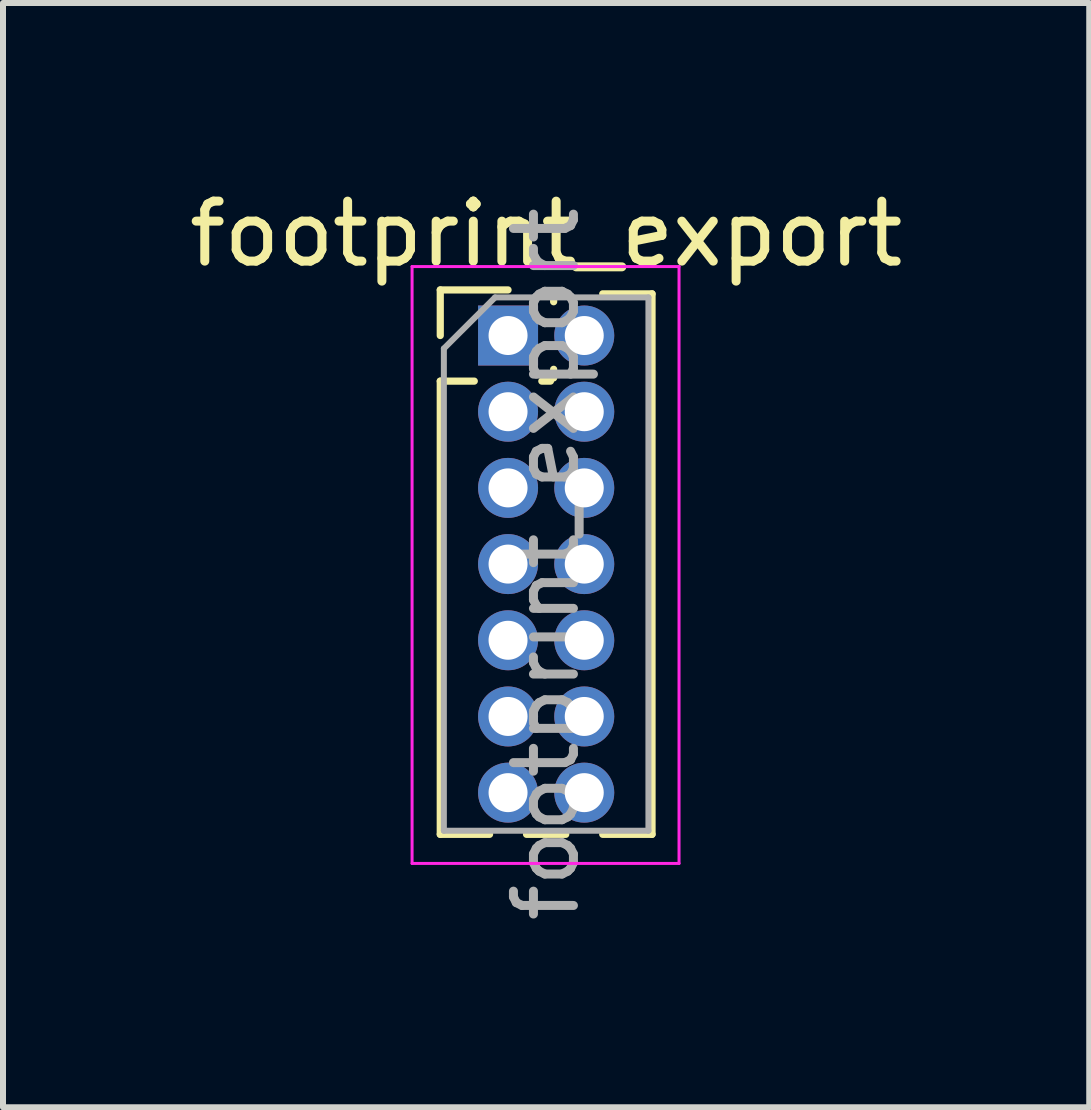
<source format=kicad_pcb>
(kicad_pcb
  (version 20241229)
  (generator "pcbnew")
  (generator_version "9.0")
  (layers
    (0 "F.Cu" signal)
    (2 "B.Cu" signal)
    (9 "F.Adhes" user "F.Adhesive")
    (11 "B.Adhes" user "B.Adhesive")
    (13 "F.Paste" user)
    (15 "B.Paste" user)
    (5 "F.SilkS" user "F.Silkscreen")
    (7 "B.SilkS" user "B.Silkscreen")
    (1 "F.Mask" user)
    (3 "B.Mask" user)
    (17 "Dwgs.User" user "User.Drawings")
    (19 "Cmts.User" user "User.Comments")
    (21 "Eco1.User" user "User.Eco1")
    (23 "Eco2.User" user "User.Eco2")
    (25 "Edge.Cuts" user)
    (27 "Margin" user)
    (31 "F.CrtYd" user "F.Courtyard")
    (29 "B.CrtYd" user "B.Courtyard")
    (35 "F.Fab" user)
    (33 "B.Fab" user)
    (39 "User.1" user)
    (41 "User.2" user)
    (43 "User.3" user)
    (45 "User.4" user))
  (footprint "footprint_export"
    (layer "F.Cu")
    (at 5.419 2.543)
    (property "Reference" "footprint_export" (at 0.635 -1.695 0) (layer "F.SilkS") (effects (font (size 1 1) (thickness 0.15))))
    (attr through_hole)
    (fp_line (start -1.13 -0.76) (end 0 -0.76) (stroke (width 0.12) (type solid)) (layer "F.SilkS"))
    (fp_line (start -1.13 0) (end -1.13 -0.76) (stroke (width 0.12) (type solid)) (layer "F.SilkS"))
    (fp_line (start -1.13 0.76) (end -1.13 8.315) (stroke (width 0.12) (type solid)) (layer "F.SilkS"))
    (fp_line (start -1.13 0.76) (end -0.563 0.76) (stroke (width 0.12) (type solid)) (layer "F.SilkS"))
    (fp_line (start -1.13 8.315) (end -0.308 8.315) (stroke (width 0.12) (type solid)) (layer "F.SilkS"))
    (fp_line (start 0.308 8.315) (end 0.962 8.315) (stroke (width 0.12) (type solid)) (layer "F.SilkS"))
    (fp_line (start 0.563 0.76) (end 0.707 0.76) (stroke (width 0.12) (type solid)) (layer "F.SilkS"))
    (fp_line (start 0.76 -0.695) (end 0.962 -0.695) (stroke (width 0.12) (type solid)) (layer "F.SilkS"))
    (fp_line (start 0.76 -0.563) (end 0.76 -0.695) (stroke (width 0.12) (type solid)) (layer "F.SilkS"))
    (fp_line (start 0.76 0.707) (end 0.76 0.563) (stroke (width 0.12) (type solid)) (layer "F.SilkS"))
    (fp_line (start 1.578 -0.695) (end 2.4 -0.695) (stroke (width 0.12) (type solid)) (layer "F.SilkS"))
    (fp_line (start 1.578 8.315) (end 2.4 8.315) (stroke (width 0.12) (type solid)) (layer "F.SilkS"))
    (fp_line (start 2.4 -0.695) (end 2.4 8.315) (stroke (width 0.12) (type solid)) (layer "F.SilkS"))
    (fp_line (start -1.6 -1.15) (end -1.6 8.8) (stroke (width 0.05) (type solid)) (layer "F.CrtYd"))
    (fp_line (start -1.6 8.8) (end 2.85 8.8) (stroke (width 0.05) (type solid)) (layer "F.CrtYd"))
    (fp_line (start 2.85 -1.15) (end -1.6 -1.15) (stroke (width 0.05) (type solid)) (layer "F.CrtYd"))
    (fp_line (start 2.85 8.8) (end 2.85 -1.15) (stroke (width 0.05) (type solid)) (layer "F.CrtYd"))
    (fp_line (start -1.07 0.217) (end -0.217 -0.635) (stroke (width 0.1) (type solid)) (layer "F.Fab"))
    (fp_line (start -1.07 8.255) (end -1.07 0.217) (stroke (width 0.1) (type solid)) (layer "F.Fab"))
    (fp_line (start -0.217 -0.635) (end 2.34 -0.635) (stroke (width 0.1) (type solid)) (layer "F.Fab"))
    (fp_line (start 2.34 -0.635) (end 2.34 8.255) (stroke (width 0.1) (type solid)) (layer "F.Fab"))
    (fp_line (start 2.34 8.255) (end -1.07 8.255) (stroke (width 0.1) (type solid)) (layer "F.Fab"))
    (fp_text user "${REFERENCE}" (at 0.635 3.81 90) (layer "F.Fab") (effects (font (size 1 1) (thickness 0.15))))
    (pad "1" thru_hole rect (at 0 0) (size 1 1) (drill 0.65) (layers "*.Cu" "*.Mask"))
    (pad "2" thru_hole oval (at 1.27 0) (size 1 1) (drill 0.65) (layers "*.Cu" "*.Mask"))
    (pad "3" thru_hole oval (at 0 1.27) (size 1 1) (drill 0.65) (layers "*.Cu" "*.Mask"))
    (pad "4" thru_hole oval (at 1.27 1.27) (size 1 1) (drill 0.65) (layers "*.Cu" "*.Mask"))
    (pad "5" thru_hole oval (at 0 2.54) (size 1 1) (drill 0.65) (layers "*.Cu" "*.Mask"))
    (pad "6" thru_hole oval (at 1.27 2.54) (size 1 1) (drill 0.65) (layers "*.Cu" "*.Mask"))
    (pad "7" thru_hole oval (at 0 3.81) (size 1 1) (drill 0.65) (layers "*.Cu" "*.Mask"))
    (pad "8" thru_hole oval (at 1.27 3.81) (size 1 1) (drill 0.65) (layers "*.Cu" "*.Mask"))
    (pad "9" thru_hole oval (at 0 5.08) (size 1 1) (drill 0.65) (layers "*.Cu" "*.Mask"))
    (pad "10" thru_hole oval (at 1.27 5.08) (size 1 1) (drill 0.65) (layers "*.Cu" "*.Mask"))
    (pad "11" thru_hole oval (at 0 6.35) (size 1 1) (drill 0.65) (layers "*.Cu" "*.Mask"))
    (pad "12" thru_hole oval (at 1.27 6.35) (size 1 1) (drill 0.65) (layers "*.Cu" "*.Mask"))
    (pad "13" thru_hole oval (at 0 7.62) (size 1 1) (drill 0.65) (layers "*.Cu" "*.Mask"))
    (pad "14" thru_hole oval (at 1.27 7.62) (size 1 1) (drill 0.65) (layers "*.Cu" "*.Mask")))
  (gr_rect
    (start -3 -3)
    (end 15.107 15.407)
    (stroke (width 0.1) (type default))
    (fill no)
    (layer "Edge.Cuts")))
</source>
